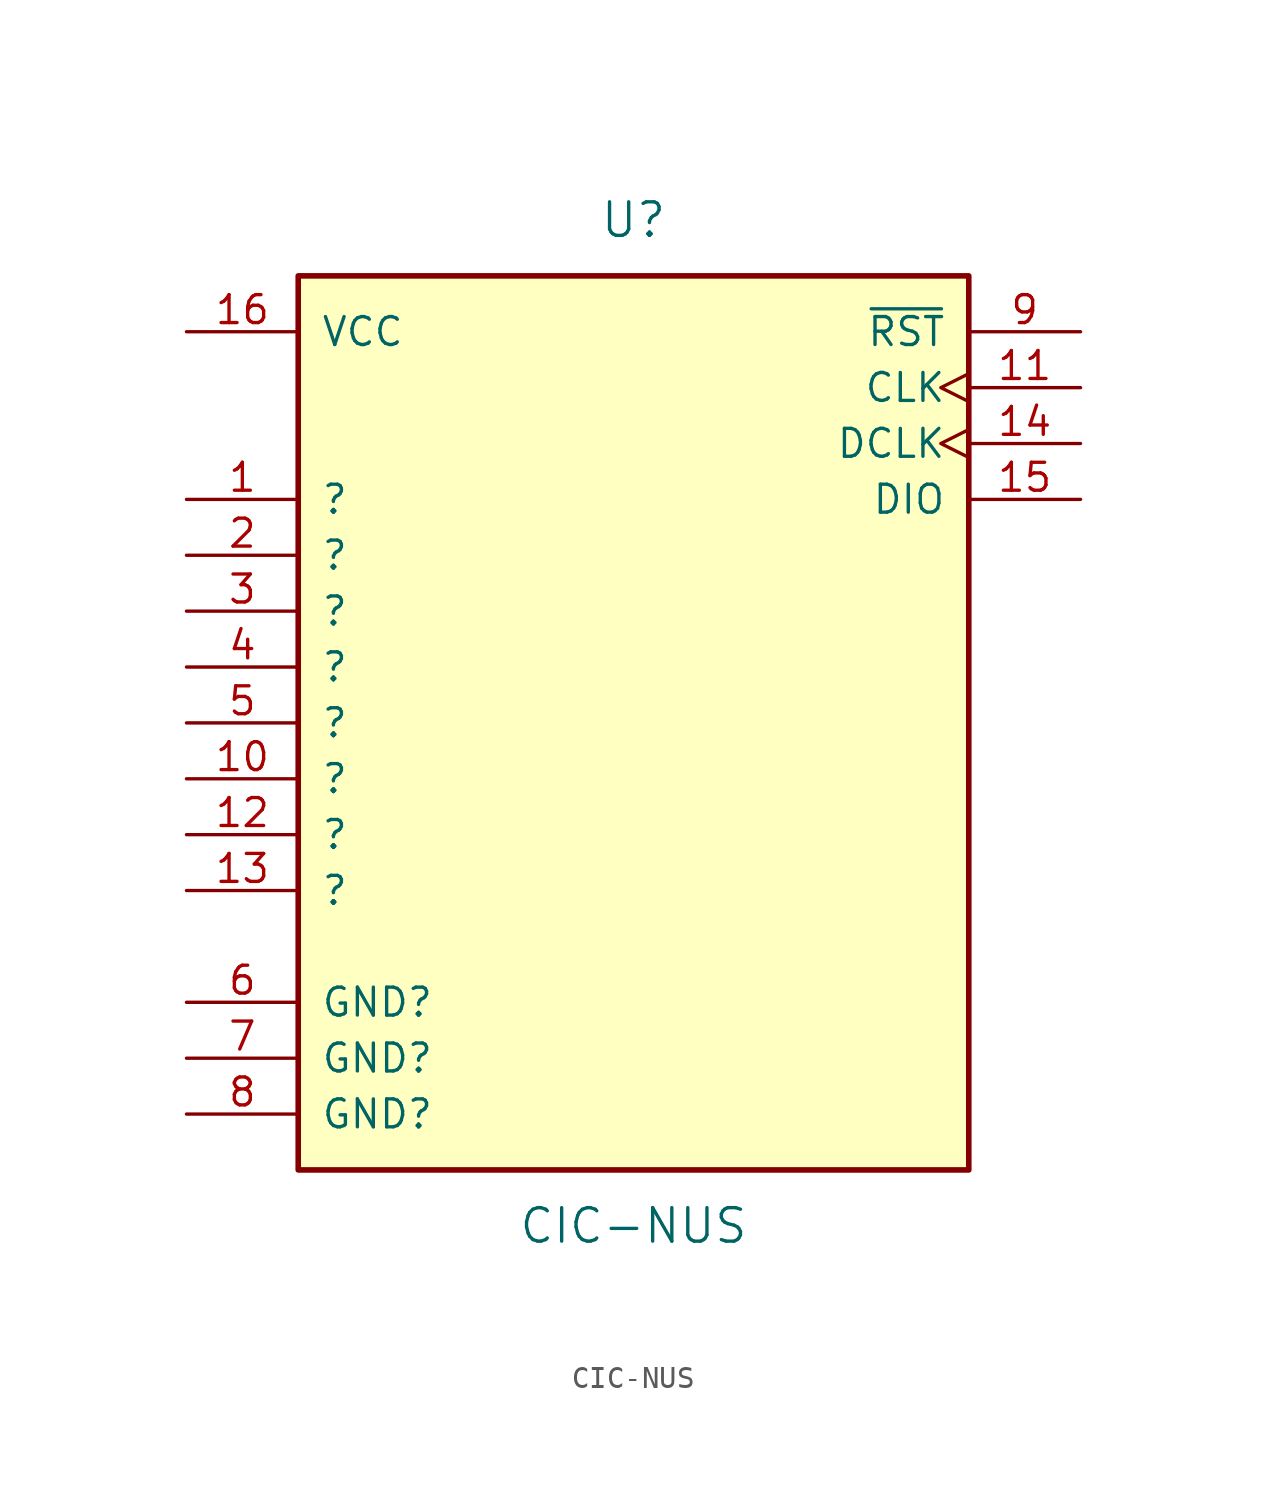
<source format=kicad_sym>
(kicad_symbol_lib
  (version 20231120)
  (generator "kicad_symbol_editor")
  (generator_version "8.0")
  (symbol "CIC-NUS"
    (pin_names
      (offset 1.016))
    (property "Reference" "U"
      (at 0 22.86 0)
      (effects (font (size 1.524 1.524))))
    (property "Value" "CIC-NUS"
      (at 0 -22.86 0)
      (effects (font (size 1.524 1.524))))
    (symbol "CIC-NUS_1_1"
      (rectangle (start -15.24 20.32) (end 15.24 -20.32) (stroke (width 0.254) (type solid)) (fill (type background)))
      (pin input line (at -20.32 10.16 0) (length 5.08) (name "?" (effects (font (size 1.27 1.27)))) (number "1" (effects (font (size 1.27 1.27)))))
      (pin passive line (at -20.32 -2.54 0) (length 5.08) (name "?" (effects (font (size 1.27 1.27)))) (number "10" (effects (font (size 1.27 1.27)))))
      (pin input clock (at 20.32 15.24 180) (length 5.08) (name "CLK" (effects (font (size 1.27 1.27)))) (number "11" (effects (font (size 1.27 1.27)))))
      (pin passive line (at -20.32 -5.08 0) (length 5.08) (name "?" (effects (font (size 1.27 1.27)))) (number "12" (effects (font (size 1.27 1.27)))))
      (pin input line (at -20.32 -7.62 0) (length 5.08) (name "?" (effects (font (size 1.27 1.27)))) (number "13" (effects (font (size 1.27 1.27)))))
      (pin input clock (at 20.32 12.7 180) (length 5.08) (name "DCLK" (effects (font (size 1.27 1.27)))) (number "14" (effects (font (size 1.27 1.27)))))
      (pin bidirectional line (at 20.32 10.16 180) (length 5.08) (name "DIO" (effects (font (size 1.27 1.27)))) (number "15" (effects (font (size 1.27 1.27)))))
      (pin power_in line (at -20.32 17.78 0) (length 5.08) (name "VCC" (effects (font (size 1.27 1.27)))) (number "16" (effects (font (size 1.27 1.27)))))
      (pin passive line (at -20.32 7.62 0) (length 5.08) (name "?" (effects (font (size 1.27 1.27)))) (number "2" (effects (font (size 1.27 1.27)))))
      (pin passive line (at -20.32 5.08 0) (length 5.08) (name "?" (effects (font (size 1.27 1.27)))) (number "3" (effects (font (size 1.27 1.27)))))
      (pin passive line (at -20.32 2.54 0) (length 5.08) (name "?" (effects (font (size 1.27 1.27)))) (number "4" (effects (font (size 1.27 1.27)))))
      (pin passive line (at -20.32 0 0) (length 5.08) (name "?" (effects (font (size 1.27 1.27)))) (number "5" (effects (font (size 1.27 1.27)))))
      (pin passive line (at -20.32 -12.7 0) (length 5.08) (name "GND?" (effects (font (size 1.27 1.27)))) (number "6" (effects (font (size 1.27 1.27)))))
      (pin passive line (at -20.32 -15.24 0) (length 5.08) (name "GND?" (effects (font (size 1.27 1.27)))) (number "7" (effects (font (size 1.27 1.27)))))
      (pin passive line (at -20.32 -17.78 0) (length 5.08) (name "GND?" (effects (font (size 1.27 1.27)))) (number "8" (effects (font (size 1.27 1.27)))))
      (pin input line (at 20.32 17.78 180) (length 5.08) (name "~{RST}" (effects (font (size 1.27 1.27)))) (number "9" (effects (font (size 1.27 1.27))))))))
</source>
